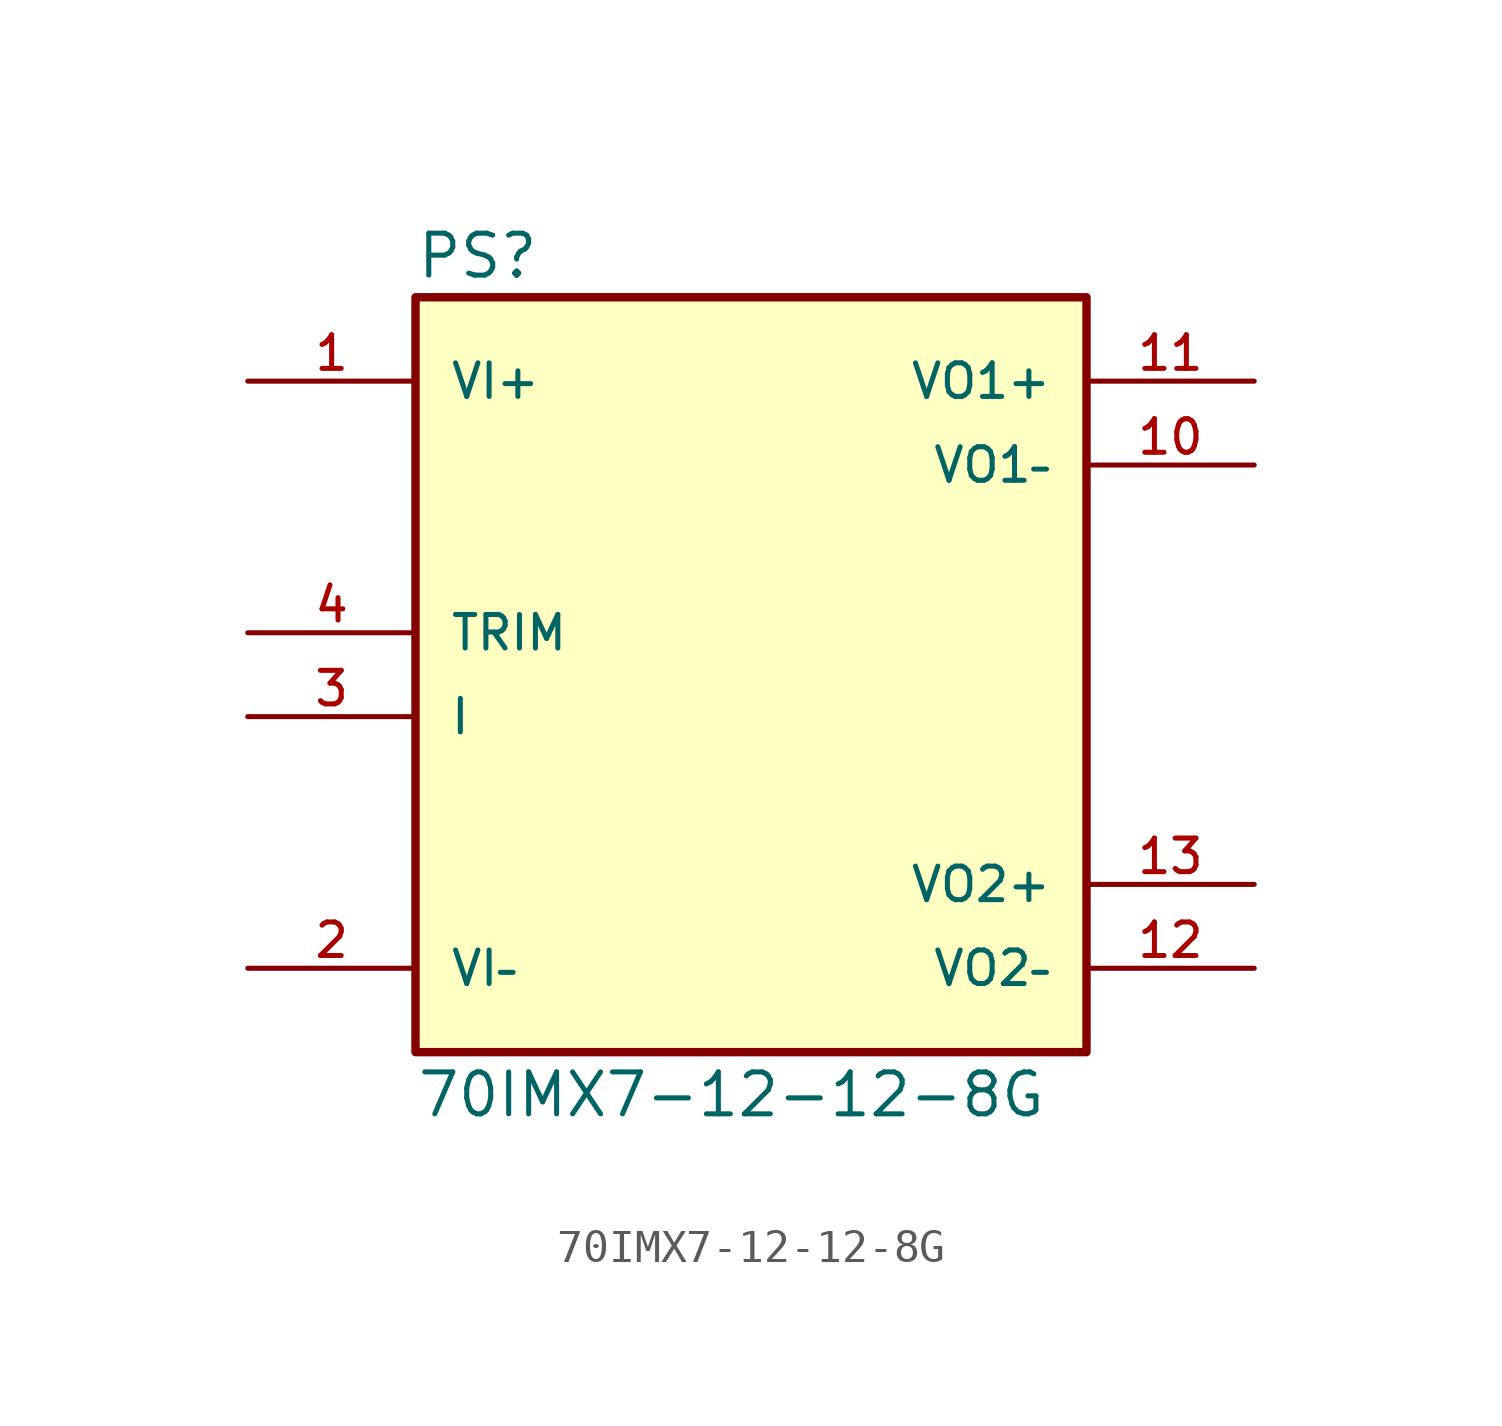
<source format=kicad_sym>
(kicad_symbol_lib
  (version 20211014)
  (generator kicad_symbol_editor)
  (symbol "70IMX7-12-12-8G"
    (pin_names
      (offset 1.016))
    (property "Reference" "PS"
      (at -10.16 10.668 0)
      (effects (font (size 1.27 1.27)) (justify bottom left)))
    (property "Value" "70IMX7-12-12-8G"
      (at -10.16 -14.732 0)
      (effects (font (size 1.27 1.27)) (justify bottom left)))
    (symbol "70IMX7-12-12-8G_0_0"
      (rectangle (start -10.16 -12.7) (end 10.16 10.16) (stroke (width 0.254)) (fill (type background)))
      (pin input line (at -15.24 -10.16 0) (length 5.08) (name "VI–" (effects (font (size 1.016 1.016)))) (number "2" (effects (font (size 1.016 1.016)))))
      (pin input line (at -15.24 7.62 0) (length 5.08) (name "VI+" (effects (font (size 1.016 1.016)))) (number "1" (effects (font (size 1.016 1.016)))))
      (pin input line (at -15.24 -2.54 0) (length 5.08) (name "I" (effects (font (size 1.016 1.016)))) (number "3" (effects (font (size 1.016 1.016)))))
      (pin output line (at 15.24 5.08 180.0) (length 5.08) (name "VO1–" (effects (font (size 1.016 1.016)))) (number "10" (effects (font (size 1.016 1.016)))))
      (pin output line (at 15.24 7.62 180.0) (length 5.08) (name "VO1+" (effects (font (size 1.016 1.016)))) (number "11" (effects (font (size 1.016 1.016)))))
      (pin input line (at -15.24 0.0 0) (length 5.08) (name "TRIM" (effects (font (size 1.016 1.016)))) (number "4" (effects (font (size 1.016 1.016)))))
      (pin output line (at 15.24 -10.16 180.0) (length 5.08) (name "VO2–" (effects (font (size 1.016 1.016)))) (number "12" (effects (font (size 1.016 1.016)))))
      (pin output line (at 15.24 -7.62 180.0) (length 5.08) (name "VO2+" (effects (font (size 1.016 1.016)))) (number "13" (effects (font (size 1.016 1.016))))))))
</source>
